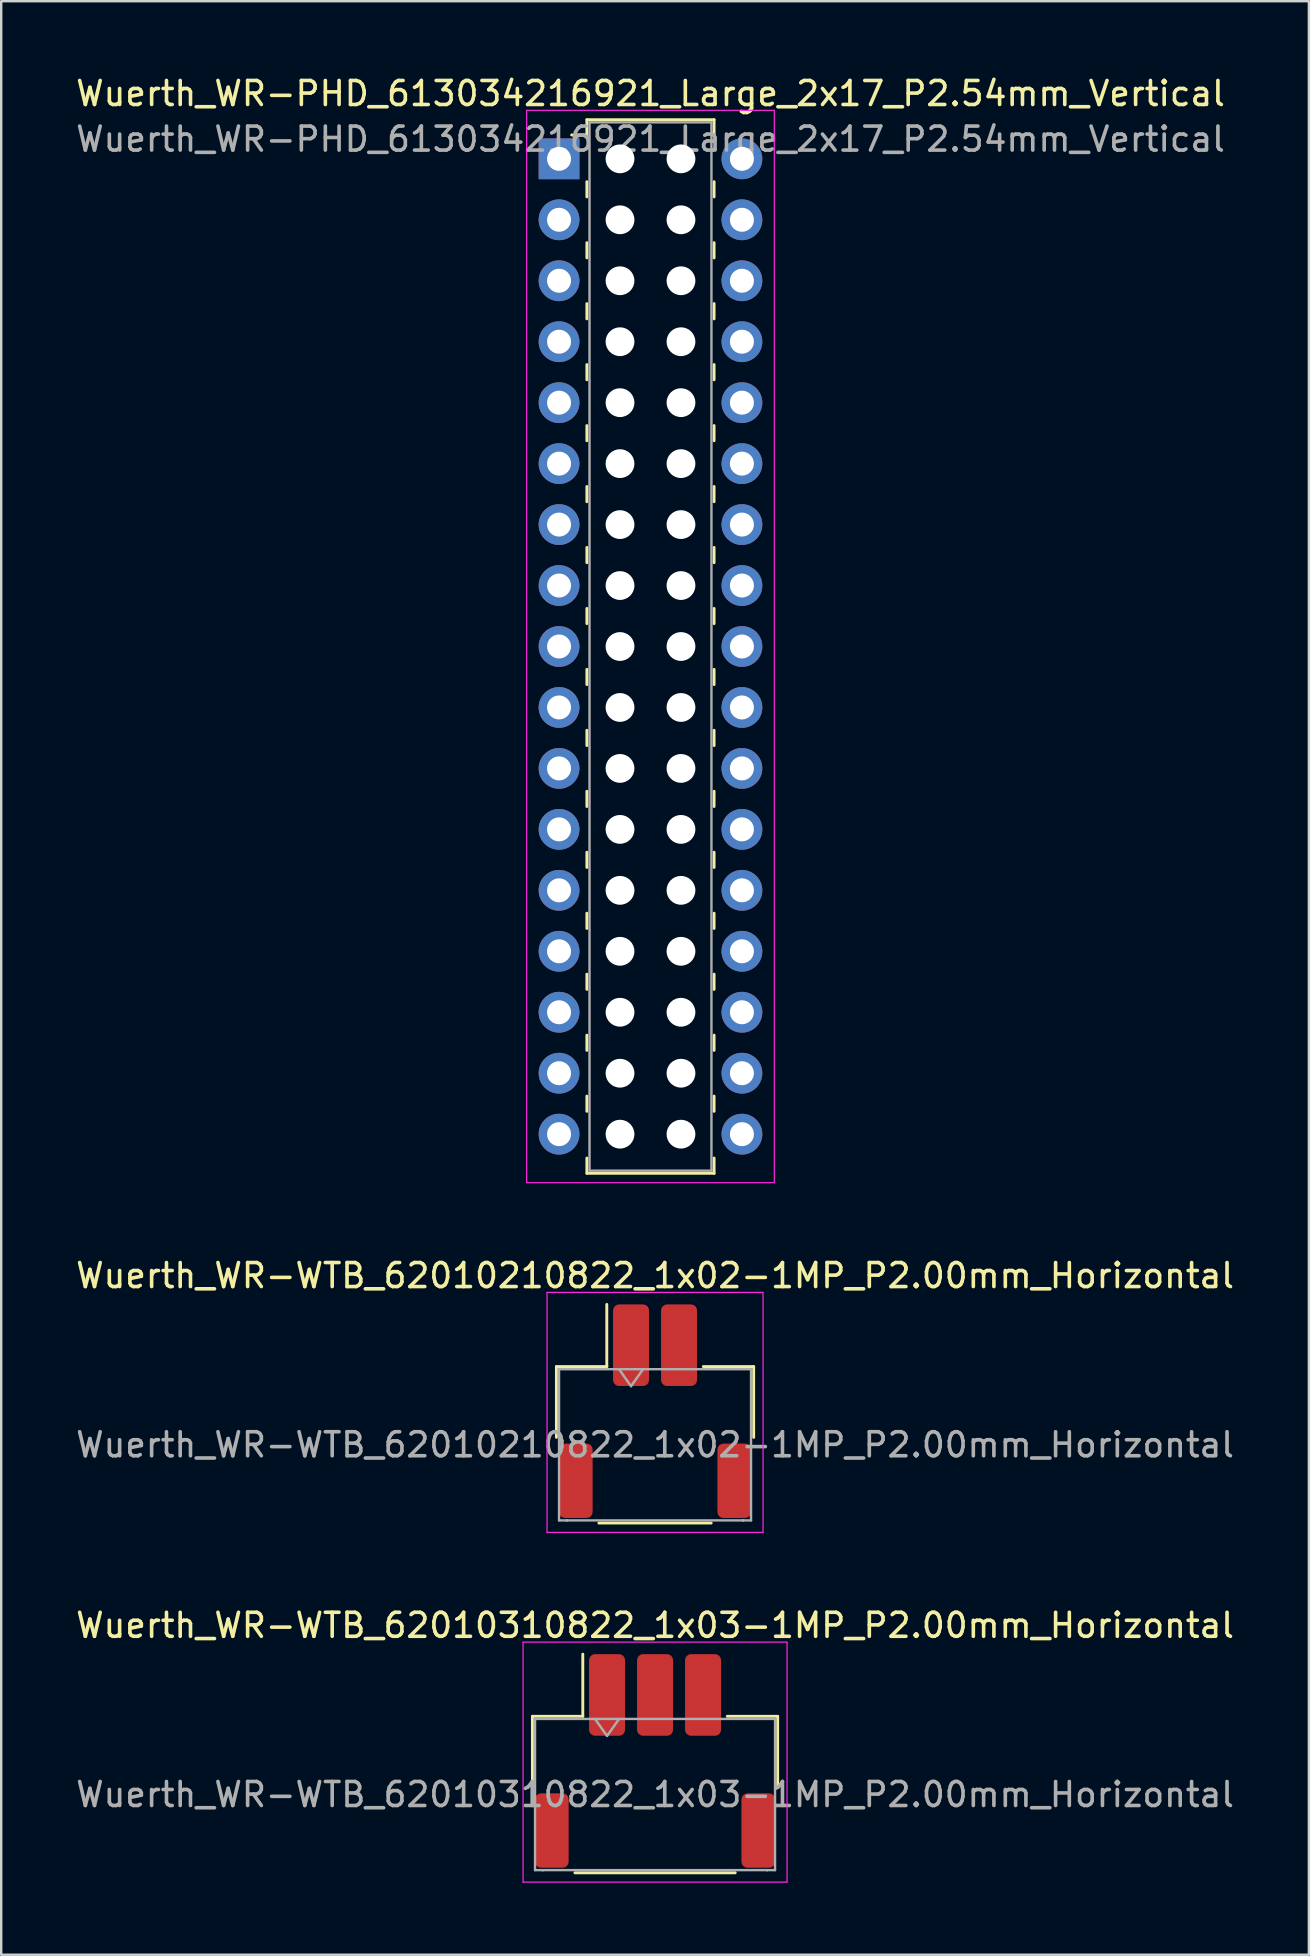
<source format=kicad_pcb>
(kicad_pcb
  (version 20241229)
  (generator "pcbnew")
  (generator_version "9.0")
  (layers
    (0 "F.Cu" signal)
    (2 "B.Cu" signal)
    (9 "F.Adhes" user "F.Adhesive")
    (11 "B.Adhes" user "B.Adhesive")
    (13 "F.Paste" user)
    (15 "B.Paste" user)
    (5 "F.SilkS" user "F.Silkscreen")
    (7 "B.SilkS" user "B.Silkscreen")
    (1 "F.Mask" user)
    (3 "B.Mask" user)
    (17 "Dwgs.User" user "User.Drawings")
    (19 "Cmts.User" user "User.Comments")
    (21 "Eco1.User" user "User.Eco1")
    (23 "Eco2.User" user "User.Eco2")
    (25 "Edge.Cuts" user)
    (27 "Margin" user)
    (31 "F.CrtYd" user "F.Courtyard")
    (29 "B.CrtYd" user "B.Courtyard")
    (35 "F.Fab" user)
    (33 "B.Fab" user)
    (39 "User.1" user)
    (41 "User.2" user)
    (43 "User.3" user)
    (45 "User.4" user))
  (footprint "Wuerth_WR-WTB_62010310822_1x03-1MP_P2.00mm_Horizontal"
    (layer "F.Cu")
    (at 24.244 70.325)
    (property "Reference" "Wuerth_WR-WTB_62010310822_1x03-1MP_P2.00mm_Horizontal" (at 0 -5.65 0) (layer "F.SilkS") (effects (font (size 1 1) (thickness 0.15))))
    (attr smd)
    (fp_line (start -5.11 -1.86) (end -3.01 -1.86) (stroke (width 0.12) (type solid)) (layer "F.SilkS"))
    (fp_line (start -5.11 1.09) (end -5.11 -1.86) (stroke (width 0.12) (type solid)) (layer "F.SilkS"))
    (fp_line (start -3.34 4.66) (end 3.34 4.66) (stroke (width 0.12) (type solid)) (layer "F.SilkS"))
    (fp_line (start -3.01 -1.86) (end -3.01 -4.45) (stroke (width 0.12) (type solid)) (layer "F.SilkS"))
    (fp_line (start 5.11 -1.86) (end 3.01 -1.86) (stroke (width 0.12) (type solid)) (layer "F.SilkS"))
    (fp_line (start 5.11 1.09) (end 5.11 -1.86) (stroke (width 0.12) (type solid)) (layer "F.SilkS"))
    (fp_line (start -5.5 -4.95) (end -5.5 5.05) (stroke (width 0.05) (type solid)) (layer "F.CrtYd"))
    (fp_line (start -5.5 5.05) (end 5.5 5.05) (stroke (width 0.05) (type solid)) (layer "F.CrtYd"))
    (fp_line (start 5.5 -4.95) (end -5.5 -4.95) (stroke (width 0.05) (type solid)) (layer "F.CrtYd"))
    (fp_line (start 5.5 5.05) (end 5.5 -4.95) (stroke (width 0.05) (type solid)) (layer "F.CrtYd"))
    (fp_line (start -5 -1.75) (end -5 4.55) (stroke (width 0.1) (type solid)) (layer "F.Fab"))
    (fp_line (start -5 -1.75) (end 5 -1.75) (stroke (width 0.1) (type solid)) (layer "F.Fab"))
    (fp_line (start -5 4.55) (end -4.67 4.55) (stroke (width 0.1) (type solid)) (layer "F.Fab"))
    (fp_line (start -4.67 4.55) (end -4.67 4.55) (stroke (width 0.1) (type solid)) (layer "F.Fab"))
    (fp_line (start -4.67 4.55) (end 4.67 4.55) (stroke (width 0.1) (type solid)) (layer "F.Fab"))
    (fp_line (start -2.5 -1.75) (end -2 -1.043) (stroke (width 0.1) (type solid)) (layer "F.Fab"))
    (fp_line (start -2 -1.043) (end -1.5 -1.75) (stroke (width 0.1) (type solid)) (layer "F.Fab"))
    (fp_line (start 4.67 4.55) (end 4.67 4.55) (stroke (width 0.1) (type solid)) (layer "F.Fab"))
    (fp_line (start 4.67 4.55) (end 5 4.55) (stroke (width 0.1) (type solid)) (layer "F.Fab"))
    (fp_line (start 5 -1.75) (end 5 4.55) (stroke (width 0.1) (type solid)) (layer "F.Fab"))
    (fp_text user "${REFERENCE}" (at 0 1.4 0) (layer "F.Fab") (effects (font (size 1 1) (thickness 0.15))))
    (pad "1" smd roundrect (at -2 -2.75) (size 1.5 3.4) (layers "F.Cu" "F.Mask" "F.Paste") (roundrect_rratio 0.167))
    (pad "2" smd roundrect (at 0 -2.75) (size 1.5 3.4) (layers "F.Cu" "F.Mask" "F.Paste") (roundrect_rratio 0.167))
    (pad "3" smd roundrect (at 2 -2.75) (size 1.5 3.4) (layers "F.Cu" "F.Mask" "F.Paste") (roundrect_rratio 0.167))
    (pad "MP" smd roundrect (at -4.3 2.9) (size 1.4 3.1) (layers "F.Cu" "F.Mask" "F.Paste") (roundrect_rratio 0.179))
    (pad "MP" smd roundrect (at 4.3 2.9) (size 1.4 3.1) (layers "F.Cu" "F.Mask" "F.Paste") (roundrect_rratio 0.179)))
  (footprint "Wuerth_WR-PHD_613034216921_Large_2x17_P2.54mm_Vertical"
    (layer "F.Cu")
    (at 20.244 3.568)
    (property "Reference" "Wuerth_WR-PHD_613034216921_Large_2x17_P2.54mm_Vertical" (at 3.81 -2.72 0) (layer "F.SilkS") (effects (font (size 1 1) (thickness 0.15))))
    (attr through_hole)
    (fp_line (start 1.16 -1.63) (end 1.16 -0.995) (stroke (width 0.12) (type solid)) (layer "F.SilkS"))
    (fp_line (start 1.16 -1.63) (end 6.46 -1.63) (stroke (width 0.12) (type solid)) (layer "F.SilkS"))
    (fp_line (start 1.16 -0.995) (end 0.525 -0.995) (stroke (width 0.12) (type solid)) (layer "F.SilkS"))
    (fp_line (start 1.16 0.953) (end 1.16 1.587) (stroke (width 0.12) (type solid)) (layer "F.SilkS"))
    (fp_line (start 1.16 3.493) (end 1.16 4.128) (stroke (width 0.12) (type solid)) (layer "F.SilkS"))
    (fp_line (start 1.16 6.032) (end 1.16 6.668) (stroke (width 0.12) (type solid)) (layer "F.SilkS"))
    (fp_line (start 1.16 8.572) (end 1.16 9.207) (stroke (width 0.12) (type solid)) (layer "F.SilkS"))
    (fp_line (start 1.16 11.113) (end 1.16 11.748) (stroke (width 0.12) (type solid)) (layer "F.SilkS"))
    (fp_line (start 1.16 13.652) (end 1.16 14.287) (stroke (width 0.12) (type solid)) (layer "F.SilkS"))
    (fp_line (start 1.16 16.192) (end 1.16 16.828) (stroke (width 0.12) (type solid)) (layer "F.SilkS"))
    (fp_line (start 1.16 18.733) (end 1.16 19.367) (stroke (width 0.12) (type solid)) (layer "F.SilkS"))
    (fp_line (start 1.16 21.273) (end 1.16 21.907) (stroke (width 0.12) (type solid)) (layer "F.SilkS"))
    (fp_line (start 1.16 23.812) (end 1.16 24.448) (stroke (width 0.12) (type solid)) (layer "F.SilkS"))
    (fp_line (start 1.16 26.352) (end 1.16 26.988) (stroke (width 0.12) (type solid)) (layer "F.SilkS"))
    (fp_line (start 1.16 28.892) (end 1.16 29.527) (stroke (width 0.12) (type solid)) (layer "F.SilkS"))
    (fp_line (start 1.16 31.433) (end 1.16 32.068) (stroke (width 0.12) (type solid)) (layer "F.SilkS"))
    (fp_line (start 1.16 33.972) (end 1.16 34.608) (stroke (width 0.12) (type solid)) (layer "F.SilkS"))
    (fp_line (start 1.16 36.513) (end 1.16 37.148) (stroke (width 0.12) (type solid)) (layer "F.SilkS"))
    (fp_line (start 1.16 39.053) (end 1.16 39.688) (stroke (width 0.12) (type solid)) (layer "F.SilkS"))
    (fp_line (start 1.16 42.27) (end 1.16 41.635) (stroke (width 0.12) (type solid)) (layer "F.SilkS"))
    (fp_line (start 1.16 42.27) (end 6.46 42.27) (stroke (width 0.12) (type solid)) (layer "F.SilkS"))
    (fp_line (start 6.46 -1.63) (end 6.46 -0.995) (stroke (width 0.12) (type solid)) (layer "F.SilkS"))
    (fp_line (start 6.46 0.953) (end 6.46 1.587) (stroke (width 0.12) (type solid)) (layer "F.SilkS"))
    (fp_line (start 6.46 3.493) (end 6.46 4.128) (stroke (width 0.12) (type solid)) (layer "F.SilkS"))
    (fp_line (start 6.46 6.032) (end 6.46 6.668) (stroke (width 0.12) (type solid)) (layer "F.SilkS"))
    (fp_line (start 6.46 8.572) (end 6.46 9.207) (stroke (width 0.12) (type solid)) (layer "F.SilkS"))
    (fp_line (start 6.46 11.113) (end 6.46 11.748) (stroke (width 0.12) (type solid)) (layer "F.SilkS"))
    (fp_line (start 6.46 13.652) (end 6.46 14.287) (stroke (width 0.12) (type solid)) (layer "F.SilkS"))
    (fp_line (start 6.46 16.192) (end 6.46 16.828) (stroke (width 0.12) (type solid)) (layer "F.SilkS"))
    (fp_line (start 6.46 18.733) (end 6.46 19.367) (stroke (width 0.12) (type solid)) (layer "F.SilkS"))
    (fp_line (start 6.46 21.273) (end 6.46 21.907) (stroke (width 0.12) (type solid)) (layer "F.SilkS"))
    (fp_line (start 6.46 23.812) (end 6.46 24.448) (stroke (width 0.12) (type solid)) (layer "F.SilkS"))
    (fp_line (start 6.46 26.352) (end 6.46 26.988) (stroke (width 0.12) (type solid)) (layer "F.SilkS"))
    (fp_line (start 6.46 28.892) (end 6.46 29.527) (stroke (width 0.12) (type solid)) (layer "F.SilkS"))
    (fp_line (start 6.46 31.433) (end 6.46 32.068) (stroke (width 0.12) (type solid)) (layer "F.SilkS"))
    (fp_line (start 6.46 33.972) (end 6.46 34.608) (stroke (width 0.12) (type solid)) (layer "F.SilkS"))
    (fp_line (start 6.46 36.513) (end 6.46 37.148) (stroke (width 0.12) (type solid)) (layer "F.SilkS"))
    (fp_line (start 6.46 39.053) (end 6.46 39.688) (stroke (width 0.12) (type solid)) (layer "F.SilkS"))
    (fp_line (start 6.46 42.27) (end 6.46 41.635) (stroke (width 0.12) (type solid)) (layer "F.SilkS"))
    (fp_line (start -1.35 -2.02) (end -1.35 42.66) (stroke (width 0.05) (type solid)) (layer "F.CrtYd"))
    (fp_line (start -1.35 42.66) (end 8.97 42.66) (stroke (width 0.05) (type solid)) (layer "F.CrtYd"))
    (fp_line (start 8.97 -2.02) (end -1.35 -2.02) (stroke (width 0.05) (type solid)) (layer "F.CrtYd"))
    (fp_line (start 8.97 42.66) (end 8.97 -2.02) (stroke (width 0.05) (type solid)) (layer "F.CrtYd"))
    (fp_line (start 1.27 -1.52) (end 1.27 42.16) (stroke (width 0.1) (type solid)) (layer "F.Fab"))
    (fp_line (start 1.27 42.16) (end 6.35 42.16) (stroke (width 0.1) (type solid)) (layer "F.Fab"))
    (fp_line (start 6.35 -1.52) (end 1.27 -1.52) (stroke (width 0.1) (type solid)) (layer "F.Fab"))
    (fp_line (start 6.35 42.16) (end 6.35 -1.52) (stroke (width 0.1) (type solid)) (layer "F.Fab"))
    (fp_text user "${REFERENCE}" (at 3.81 -0.82 0) (layer "F.Fab") (effects (font (size 1 1) (thickness 0.15))))
    (pad "" np_thru_hole circle (at 2.54 0) (size 1.2 1.2) (drill 1.2) (layers "*.Cu" "*.Mask"))
    (pad "" np_thru_hole circle (at 2.54 2.54) (size 1.2 1.2) (drill 1.2) (layers "*.Cu" "*.Mask"))
    (pad "" np_thru_hole circle (at 2.54 5.08) (size 1.2 1.2) (drill 1.2) (layers "*.Cu" "*.Mask"))
    (pad "" np_thru_hole circle (at 2.54 7.62) (size 1.2 1.2) (drill 1.2) (layers "*.Cu" "*.Mask"))
    (pad "" np_thru_hole circle (at 2.54 10.16) (size 1.2 1.2) (drill 1.2) (layers "*.Cu" "*.Mask"))
    (pad "" np_thru_hole circle (at 2.54 12.7) (size 1.2 1.2) (drill 1.2) (layers "*.Cu" "*.Mask"))
    (pad "" np_thru_hole circle (at 2.54 15.24) (size 1.2 1.2) (drill 1.2) (layers "*.Cu" "*.Mask"))
    (pad "" np_thru_hole circle (at 2.54 17.78) (size 1.2 1.2) (drill 1.2) (layers "*.Cu" "*.Mask"))
    (pad "" np_thru_hole circle (at 2.54 20.32) (size 1.2 1.2) (drill 1.2) (layers "*.Cu" "*.Mask"))
    (pad "" np_thru_hole circle (at 2.54 22.86) (size 1.2 1.2) (drill 1.2) (layers "*.Cu" "*.Mask"))
    (pad "" np_thru_hole circle (at 2.54 25.4) (size 1.2 1.2) (drill 1.2) (layers "*.Cu" "*.Mask"))
    (pad "" np_thru_hole circle (at 2.54 27.94) (size 1.2 1.2) (drill 1.2) (layers "*.Cu" "*.Mask"))
    (pad "" np_thru_hole circle (at 2.54 30.48) (size 1.2 1.2) (drill 1.2) (layers "*.Cu" "*.Mask"))
    (pad "" np_thru_hole circle (at 2.54 33.02) (size 1.2 1.2) (drill 1.2) (layers "*.Cu" "*.Mask"))
    (pad "" np_thru_hole circle (at 2.54 35.56) (size 1.2 1.2) (drill 1.2) (layers "*.Cu" "*.Mask"))
    (pad "" np_thru_hole circle (at 2.54 38.1) (size 1.2 1.2) (drill 1.2) (layers "*.Cu" "*.Mask"))
    (pad "" np_thru_hole circle (at 2.54 40.64) (size 1.2 1.2) (drill 1.2) (layers "*.Cu" "*.Mask"))
    (pad "" np_thru_hole circle (at 5.08 0) (size 1.2 1.2) (drill 1.2) (layers "*.Cu" "*.Mask"))
    (pad "" np_thru_hole circle (at 5.08 2.54) (size 1.2 1.2) (drill 1.2) (layers "*.Cu" "*.Mask"))
    (pad "" np_thru_hole circle (at 5.08 5.08) (size 1.2 1.2) (drill 1.2) (layers "*.Cu" "*.Mask"))
    (pad "" np_thru_hole circle (at 5.08 7.62) (size 1.2 1.2) (drill 1.2) (layers "*.Cu" "*.Mask"))
    (pad "" np_thru_hole circle (at 5.08 10.16) (size 1.2 1.2) (drill 1.2) (layers "*.Cu" "*.Mask"))
    (pad "" np_thru_hole circle (at 5.08 12.7) (size 1.2 1.2) (drill 1.2) (layers "*.Cu" "*.Mask"))
    (pad "" np_thru_hole circle (at 5.08 15.24) (size 1.2 1.2) (drill 1.2) (layers "*.Cu" "*.Mask"))
    (pad "" np_thru_hole circle (at 5.08 17.78) (size 1.2 1.2) (drill 1.2) (layers "*.Cu" "*.Mask"))
    (pad "" np_thru_hole circle (at 5.08 20.32) (size 1.2 1.2) (drill 1.2) (layers "*.Cu" "*.Mask"))
    (pad "" np_thru_hole circle (at 5.08 22.86) (size 1.2 1.2) (drill 1.2) (layers "*.Cu" "*.Mask"))
    (pad "" np_thru_hole circle (at 5.08 25.4) (size 1.2 1.2) (drill 1.2) (layers "*.Cu" "*.Mask"))
    (pad "" np_thru_hole circle (at 5.08 27.94) (size 1.2 1.2) (drill 1.2) (layers "*.Cu" "*.Mask"))
    (pad "" np_thru_hole circle (at 5.08 30.48) (size 1.2 1.2) (drill 1.2) (layers "*.Cu" "*.Mask"))
    (pad "" np_thru_hole circle (at 5.08 33.02) (size 1.2 1.2) (drill 1.2) (layers "*.Cu" "*.Mask"))
    (pad "" np_thru_hole circle (at 5.08 35.56) (size 1.2 1.2) (drill 1.2) (layers "*.Cu" "*.Mask"))
    (pad "" np_thru_hole circle (at 5.08 38.1) (size 1.2 1.2) (drill 1.2) (layers "*.Cu" "*.Mask"))
    (pad "" np_thru_hole circle (at 5.08 40.64) (size 1.2 1.2) (drill 1.2) (layers "*.Cu" "*.Mask"))
    (pad "1" thru_hole rect (at 0 0) (size 1.7 1.7) (drill 1) (layers "*.Cu" "*.Mask"))
    (pad "2" thru_hole circle (at 7.62 0) (size 1.7 1.7) (drill 1) (layers "*.Cu" "*.Mask"))
    (pad "3" thru_hole circle (at 0 2.54) (size 1.7 1.7) (drill 1) (layers "*.Cu" "*.Mask"))
    (pad "4" thru_hole circle (at 7.62 2.54) (size 1.7 1.7) (drill 1) (layers "*.Cu" "*.Mask"))
    (pad "5" thru_hole circle (at 0 5.08) (size 1.7 1.7) (drill 1) (layers "*.Cu" "*.Mask"))
    (pad "6" thru_hole circle (at 7.62 5.08) (size 1.7 1.7) (drill 1) (layers "*.Cu" "*.Mask"))
    (pad "7" thru_hole circle (at 0 7.62) (size 1.7 1.7) (drill 1) (layers "*.Cu" "*.Mask"))
    (pad "8" thru_hole circle (at 7.62 7.62) (size 1.7 1.7) (drill 1) (layers "*.Cu" "*.Mask"))
    (pad "9" thru_hole circle (at 0 10.16) (size 1.7 1.7) (drill 1) (layers "*.Cu" "*.Mask"))
    (pad "10" thru_hole circle (at 7.62 10.16) (size 1.7 1.7) (drill 1) (layers "*.Cu" "*.Mask"))
    (pad "11" thru_hole circle (at 0 12.7) (size 1.7 1.7) (drill 1) (layers "*.Cu" "*.Mask"))
    (pad "12" thru_hole circle (at 7.62 12.7) (size 1.7 1.7) (drill 1) (layers "*.Cu" "*.Mask"))
    (pad "13" thru_hole circle (at 0 15.24) (size 1.7 1.7) (drill 1) (layers "*.Cu" "*.Mask"))
    (pad "14" thru_hole circle (at 7.62 15.24) (size 1.7 1.7) (drill 1) (layers "*.Cu" "*.Mask"))
    (pad "15" thru_hole circle (at 0 17.78) (size 1.7 1.7) (drill 1) (layers "*.Cu" "*.Mask"))
    (pad "16" thru_hole circle (at 7.62 17.78) (size 1.7 1.7) (drill 1) (layers "*.Cu" "*.Mask"))
    (pad "17" thru_hole circle (at 0 20.32) (size 1.7 1.7) (drill 1) (layers "*.Cu" "*.Mask"))
    (pad "18" thru_hole circle (at 7.62 20.32) (size 1.7 1.7) (drill 1) (layers "*.Cu" "*.Mask"))
    (pad "19" thru_hole circle (at 0 22.86) (size 1.7 1.7) (drill 1) (layers "*.Cu" "*.Mask"))
    (pad "20" thru_hole circle (at 7.62 22.86) (size 1.7 1.7) (drill 1) (layers "*.Cu" "*.Mask"))
    (pad "21" thru_hole circle (at 0 25.4) (size 1.7 1.7) (drill 1) (layers "*.Cu" "*.Mask"))
    (pad "22" thru_hole circle (at 7.62 25.4) (size 1.7 1.7) (drill 1) (layers "*.Cu" "*.Mask"))
    (pad "23" thru_hole circle (at 0 27.94) (size 1.7 1.7) (drill 1) (layers "*.Cu" "*.Mask"))
    (pad "24" thru_hole circle (at 7.62 27.94) (size 1.7 1.7) (drill 1) (layers "*.Cu" "*.Mask"))
    (pad "25" thru_hole circle (at 0 30.48) (size 1.7 1.7) (drill 1) (layers "*.Cu" "*.Mask"))
    (pad "26" thru_hole circle (at 7.62 30.48) (size 1.7 1.7) (drill 1) (layers "*.Cu" "*.Mask"))
    (pad "27" thru_hole circle (at 0 33.02) (size 1.7 1.7) (drill 1) (layers "*.Cu" "*.Mask"))
    (pad "28" thru_hole circle (at 7.62 33.02) (size 1.7 1.7) (drill 1) (layers "*.Cu" "*.Mask"))
    (pad "29" thru_hole circle (at 0 35.56) (size 1.7 1.7) (drill 1) (layers "*.Cu" "*.Mask"))
    (pad "30" thru_hole circle (at 7.62 35.56) (size 1.7 1.7) (drill 1) (layers "*.Cu" "*.Mask"))
    (pad "31" thru_hole circle (at 0 38.1) (size 1.7 1.7) (drill 1) (layers "*.Cu" "*.Mask"))
    (pad "32" thru_hole circle (at 7.62 38.1) (size 1.7 1.7) (drill 1) (layers "*.Cu" "*.Mask"))
    (pad "33" thru_hole circle (at 0 40.64) (size 1.7 1.7) (drill 1) (layers "*.Cu" "*.Mask"))
    (pad "34" thru_hole circle (at 7.62 40.64) (size 1.7 1.7) (drill 1) (layers "*.Cu" "*.Mask")))
  (footprint "Wuerth_WR-WTB_62010210822_1x02-1MP_P2.00mm_Horizontal"
    (layer "F.Cu")
    (at 24.244 55.752)
    (property "Reference" "Wuerth_WR-WTB_62010210822_1x02-1MP_P2.00mm_Horizontal" (at 0 -5.65 0) (layer "F.SilkS") (effects (font (size 1 1) (thickness 0.15))))
    (attr smd)
    (fp_line (start -4.11 -1.86) (end -2.01 -1.86) (stroke (width 0.12) (type solid)) (layer "F.SilkS"))
    (fp_line (start -4.11 1.09) (end -4.11 -1.86) (stroke (width 0.12) (type solid)) (layer "F.SilkS"))
    (fp_line (start -2.34 4.66) (end 2.34 4.66) (stroke (width 0.12) (type solid)) (layer "F.SilkS"))
    (fp_line (start -2.01 -1.86) (end -2.01 -4.45) (stroke (width 0.12) (type solid)) (layer "F.SilkS"))
    (fp_line (start 4.11 -1.86) (end 2.01 -1.86) (stroke (width 0.12) (type solid)) (layer "F.SilkS"))
    (fp_line (start 4.11 1.09) (end 4.11 -1.86) (stroke (width 0.12) (type solid)) (layer "F.SilkS"))
    (fp_line (start -4.5 -4.95) (end -4.5 5.05) (stroke (width 0.05) (type solid)) (layer "F.CrtYd"))
    (fp_line (start -4.5 5.05) (end 4.5 5.05) (stroke (width 0.05) (type solid)) (layer "F.CrtYd"))
    (fp_line (start 4.5 -4.95) (end -4.5 -4.95) (stroke (width 0.05) (type solid)) (layer "F.CrtYd"))
    (fp_line (start 4.5 5.05) (end 4.5 -4.95) (stroke (width 0.05) (type solid)) (layer "F.CrtYd"))
    (fp_line (start -4 -1.75) (end -4 4.55) (stroke (width 0.1) (type solid)) (layer "F.Fab"))
    (fp_line (start -4 -1.75) (end 4 -1.75) (stroke (width 0.1) (type solid)) (layer "F.Fab"))
    (fp_line (start -4 4.55) (end -3.67 4.55) (stroke (width 0.1) (type solid)) (layer "F.Fab"))
    (fp_line (start -3.67 4.55) (end -3.67 4.55) (stroke (width 0.1) (type solid)) (layer "F.Fab"))
    (fp_line (start -3.67 4.55) (end 3.67 4.55) (stroke (width 0.1) (type solid)) (layer "F.Fab"))
    (fp_line (start -1.5 -1.75) (end -1 -1.043) (stroke (width 0.1) (type solid)) (layer "F.Fab"))
    (fp_line (start -1 -1.043) (end -0.5 -1.75) (stroke (width 0.1) (type solid)) (layer "F.Fab"))
    (fp_line (start 3.67 4.55) (end 3.67 4.55) (stroke (width 0.1) (type solid)) (layer "F.Fab"))
    (fp_line (start 3.67 4.55) (end 4 4.55) (stroke (width 0.1) (type solid)) (layer "F.Fab"))
    (fp_line (start 4 -1.75) (end 4 4.55) (stroke (width 0.1) (type solid)) (layer "F.Fab"))
    (fp_text user "${REFERENCE}" (at 0 1.4 0) (layer "F.Fab") (effects (font (size 1 1) (thickness 0.15))))
    (pad "1" smd roundrect (at -1 -2.75) (size 1.5 3.4) (layers "F.Cu" "F.Mask" "F.Paste") (roundrect_rratio 0.167))
    (pad "2" smd roundrect (at 1 -2.75) (size 1.5 3.4) (layers "F.Cu" "F.Mask" "F.Paste") (roundrect_rratio 0.167))
    (pad "MP" smd roundrect (at -3.3 2.9) (size 1.4 3.1) (layers "F.Cu" "F.Mask" "F.Paste") (roundrect_rratio 0.179))
    (pad "MP" smd roundrect (at 3.3 2.9) (size 1.4 3.1) (layers "F.Cu" "F.Mask" "F.Paste") (roundrect_rratio 0.179)))
  (gr_rect
    (start -3 -3)
    (end 51.488 78.4)
    (stroke (width 0.1) (type default))
    (fill no)
    (layer "Edge.Cuts")))
</source>
